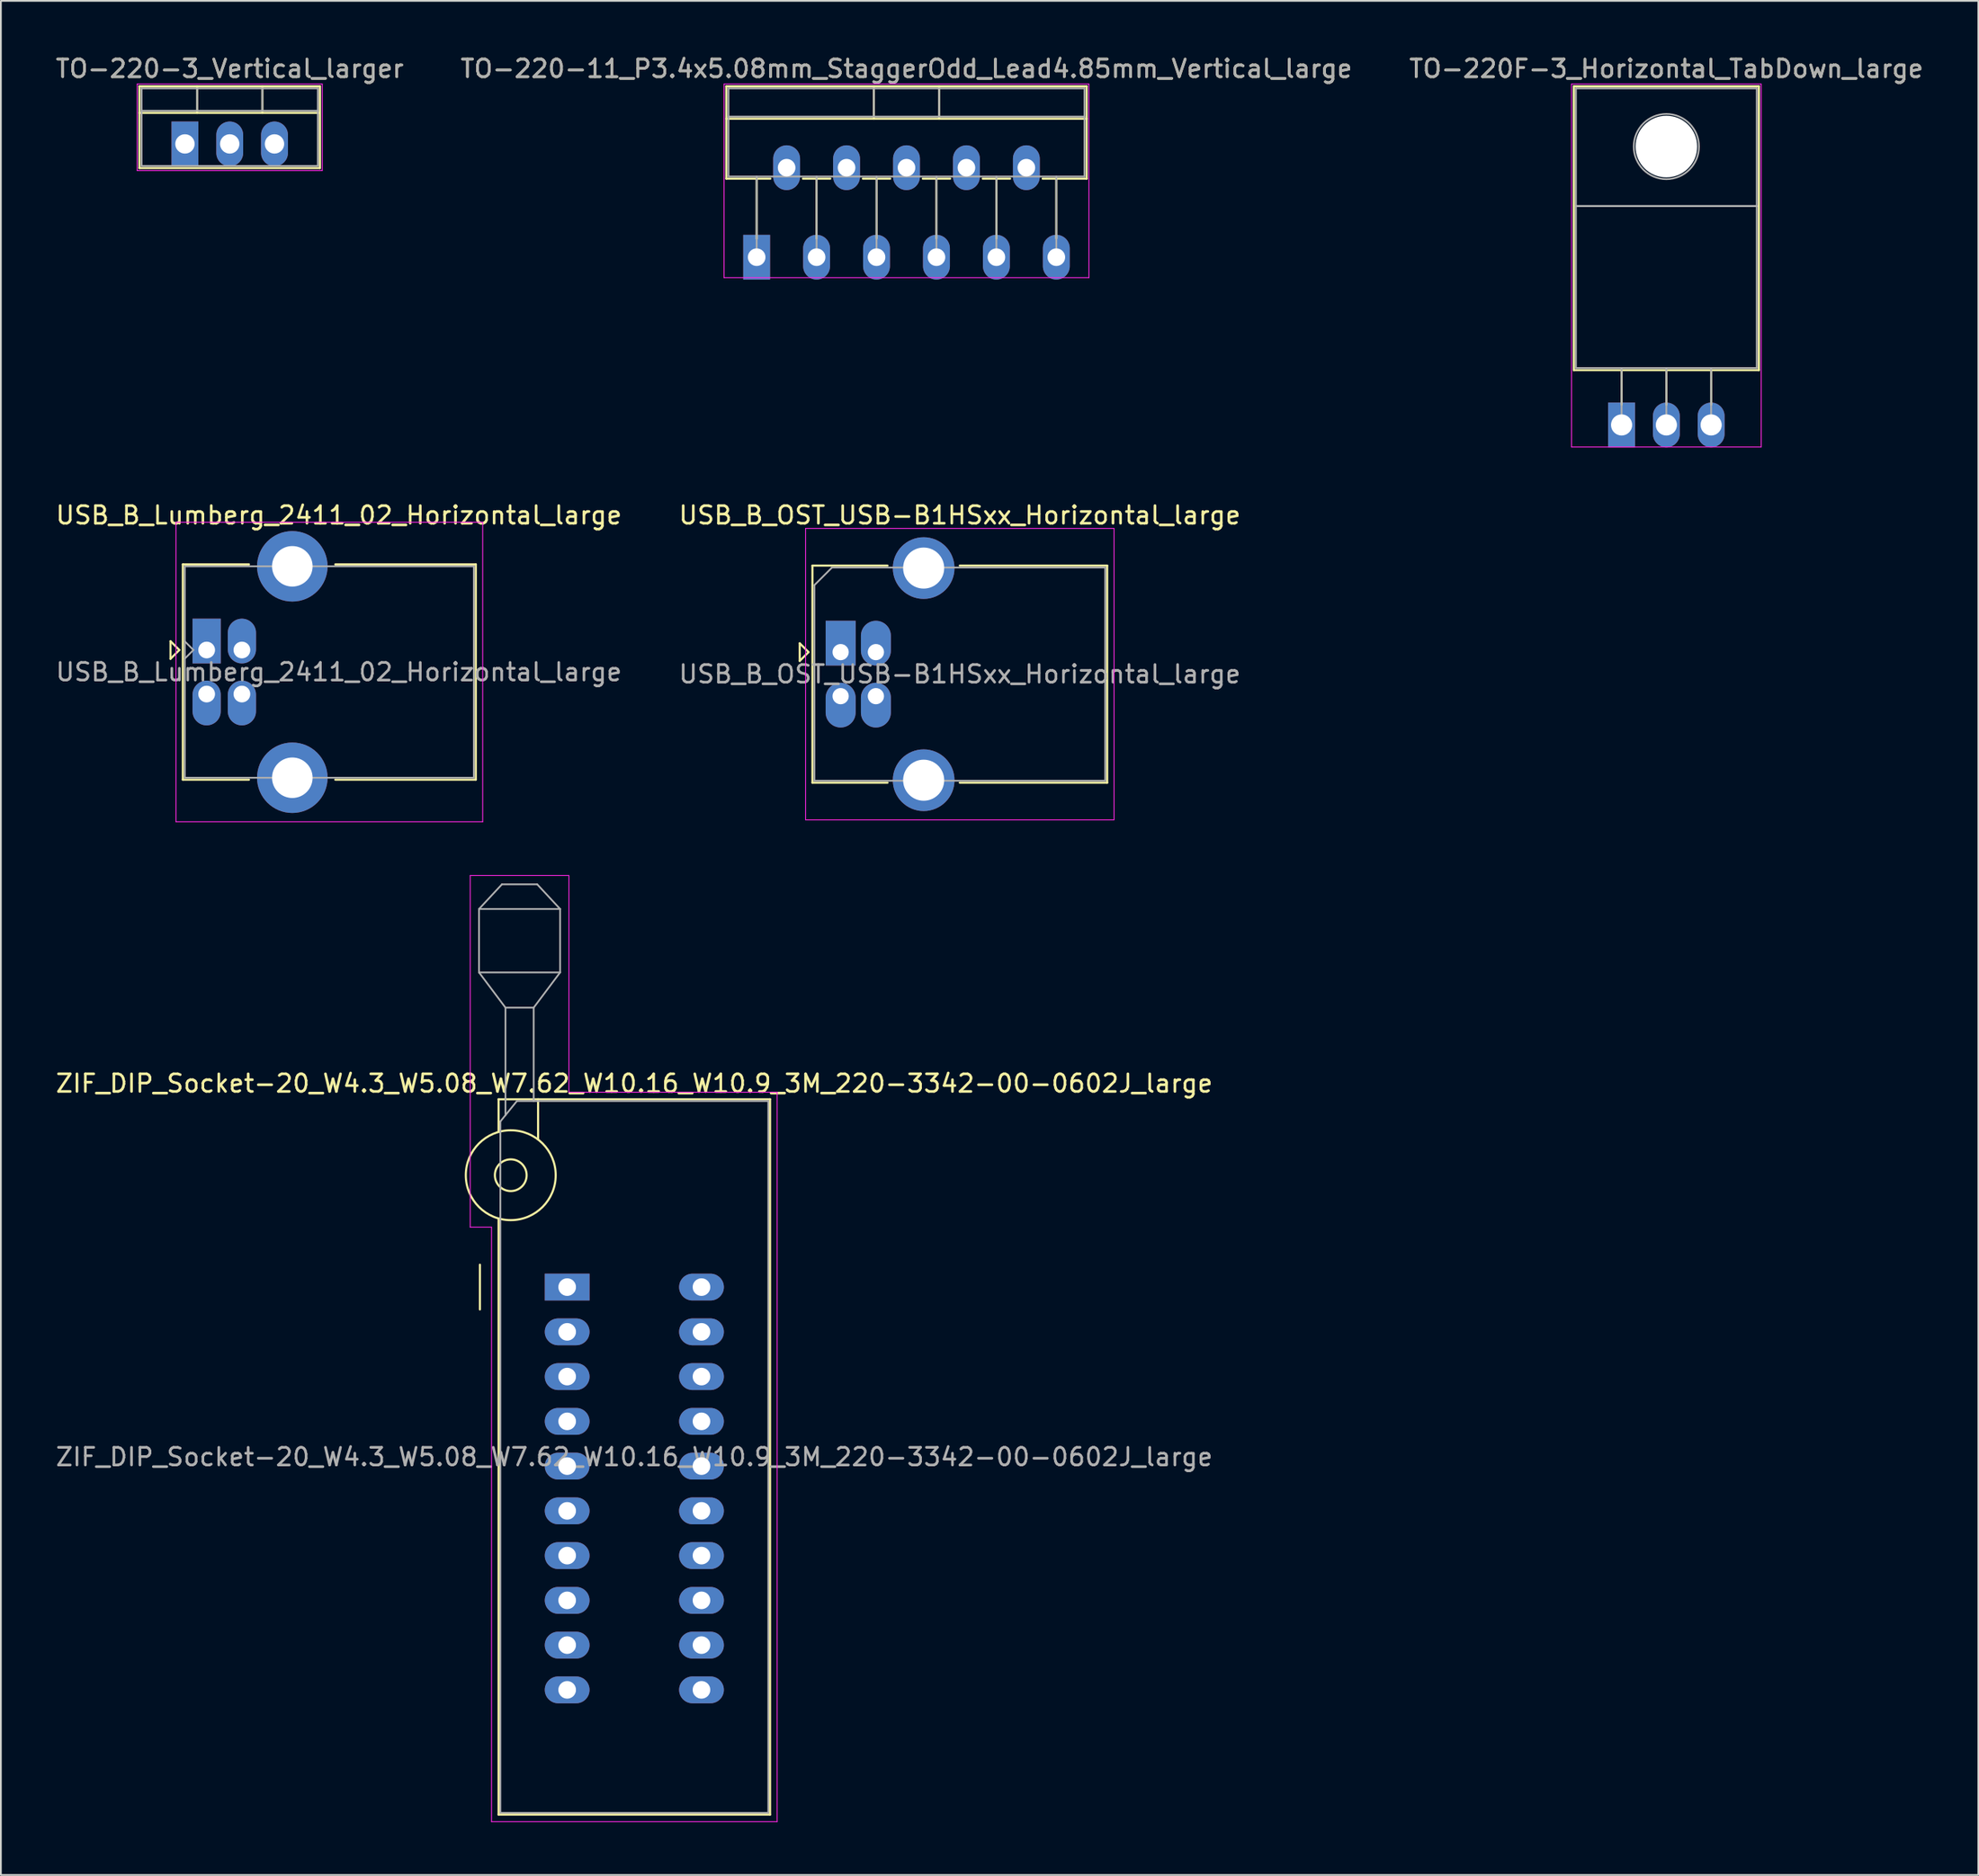
<source format=kicad_pcb>
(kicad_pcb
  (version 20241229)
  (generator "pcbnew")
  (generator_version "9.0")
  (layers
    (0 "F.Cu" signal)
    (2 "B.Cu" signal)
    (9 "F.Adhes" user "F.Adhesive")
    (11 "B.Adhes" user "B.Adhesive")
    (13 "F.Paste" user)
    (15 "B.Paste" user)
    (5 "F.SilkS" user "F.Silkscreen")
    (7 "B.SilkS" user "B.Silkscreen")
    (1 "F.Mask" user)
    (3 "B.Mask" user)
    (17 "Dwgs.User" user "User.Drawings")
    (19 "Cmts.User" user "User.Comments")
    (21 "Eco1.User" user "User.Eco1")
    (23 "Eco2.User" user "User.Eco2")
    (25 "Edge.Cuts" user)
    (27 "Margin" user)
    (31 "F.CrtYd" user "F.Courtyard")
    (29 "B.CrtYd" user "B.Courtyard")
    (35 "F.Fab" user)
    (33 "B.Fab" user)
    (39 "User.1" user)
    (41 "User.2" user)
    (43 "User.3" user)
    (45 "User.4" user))
  (footprint "USB_B_Lumberg_2411_02_Horizontal_large"
    (layer "F.Cu")
    (at 8.673 33.842)
    (property "Reference" "USB_B_Lumberg_2411_02_Horizontal_large" (at 7.5 -7.65 0) (layer "F.SilkS") (effects (font (size 1 1) (thickness 0.15))))
    (attr through_hole)
    (fp_line (start -2.05 -0.5) (end -2.05 0.5) (stroke (width 0.12) (type solid)) (layer "F.SilkS"))
    (fp_line (start -2.05 0.5) (end -1.55 0) (stroke (width 0.12) (type solid)) (layer "F.SilkS"))
    (fp_line (start -1.55 0) (end -2.05 -0.5) (stroke (width 0.12) (type solid)) (layer "F.SilkS"))
    (fp_line (start -1.35 -4.86) (end 2.4 -4.86) (stroke (width 0.12) (type solid)) (layer "F.SilkS"))
    (fp_line (start -1.35 7.36) (end -1.35 -4.86) (stroke (width 0.12) (type solid)) (layer "F.SilkS"))
    (fp_line (start -1.35 7.36) (end 2.4 7.36) (stroke (width 0.12) (type solid)) (layer "F.SilkS"))
    (fp_line (start 15.27 -4.86) (end 7.3 -4.86) (stroke (width 0.12) (type solid)) (layer "F.SilkS"))
    (fp_line (start 15.27 7.36) (end 7.3 7.36) (stroke (width 0.12) (type solid)) (layer "F.SilkS"))
    (fp_line (start 15.27 7.36) (end 15.27 -4.86) (stroke (width 0.12) (type solid)) (layer "F.SilkS"))
    (fp_line (start -1.74 -7.25) (end -1.74 9.75) (stroke (width 0.05) (type solid)) (layer "F.CrtYd"))
    (fp_line (start -1.74 9.75) (end 15.66 9.75) (stroke (width 0.05) (type solid)) (layer "F.CrtYd"))
    (fp_line (start 15.66 -7.25) (end -1.74 -7.25) (stroke (width 0.05) (type solid)) (layer "F.CrtYd"))
    (fp_line (start 15.66 9.75) (end 15.66 -7.25) (stroke (width 0.05) (type solid)) (layer "F.CrtYd"))
    (fp_line (start -1.24 -4.75) (end 15.16 -4.75) (stroke (width 0.1) (type solid)) (layer "F.Fab"))
    (fp_line (start -1.24 0.49) (end -0.75 0) (stroke (width 0.1) (type solid)) (layer "F.Fab"))
    (fp_line (start -1.24 7.25) (end -1.24 -4.75) (stroke (width 0.1) (type solid)) (layer "F.Fab"))
    (fp_line (start -0.75 0) (end -1.24 -0.49) (stroke (width 0.1) (type solid)) (layer "F.Fab"))
    (fp_line (start 15.16 -4.75) (end 15.16 7.25) (stroke (width 0.1) (type solid)) (layer "F.Fab"))
    (fp_line (start 15.16 7.25) (end -1.24 7.25) (stroke (width 0.1) (type solid)) (layer "F.Fab"))
    (fp_text user "${REFERENCE}" (at 7.5 1.25 180) (layer "F.Fab") (effects (font (size 1 1) (thickness 0.15))))
    (pad "1" thru_hole rect (at 0 0 90) (size 2.54 1.6) (drill 0.95 (offset 0.508 0)) (layers "*.Cu" "*.Mask"))
    (pad "2" thru_hole oval (at 0 2.5 90) (size 2.54 1.6) (drill 0.95 (offset -0.508 0)) (layers "*.Cu" "*.Mask"))
    (pad "3" thru_hole oval (at 2 2.5 90) (size 2.54 1.6) (drill 0.95 (offset -0.508 0)) (layers "*.Cu" "*.Mask"))
    (pad "4" thru_hole oval (at 2 0 90) (size 2.54 1.6) (drill 0.95 (offset 0.508 0)) (layers "*.Cu" "*.Mask"))
    (pad "5" thru_hole circle (at 4.86 -4.75 90) (size 4 4) (drill 2.3) (layers "*.Cu" "*.Mask"))
    (pad "5" thru_hole circle (at 4.86 7.25 90) (size 4 4) (drill 2.3) (layers "*.Cu" "*.Mask")))
  (footprint "TO-220-3_Vertical_larger"
    (layer "F.Cu")
    (at 7.442 5.118)
    (property "Reference" "TO-220-3_Vertical_larger" (at 2.54 -4.27 0) (layer "F.SilkS") (effects (font (size 1 1) (thickness 0.15))))
    (attr through_hole)
    (fp_line (start -2.58 -3.27) (end -2.58 1.371) (stroke (width 0.12) (type solid)) (layer "F.SilkS"))
    (fp_line (start -2.58 -3.27) (end 7.66 -3.27) (stroke (width 0.12) (type solid)) (layer "F.SilkS"))
    (fp_line (start -2.58 -1.76) (end 7.66 -1.76) (stroke (width 0.12) (type solid)) (layer "F.SilkS"))
    (fp_line (start -2.58 1.371) (end 7.66 1.371) (stroke (width 0.12) (type solid)) (layer "F.SilkS"))
    (fp_line (start 0.69 -3.27) (end 0.69 -1.76) (stroke (width 0.12) (type solid)) (layer "F.SilkS"))
    (fp_line (start 4.391 -3.27) (end 4.391 -1.76) (stroke (width 0.12) (type solid)) (layer "F.SilkS"))
    (fp_line (start 7.66 -3.27) (end 7.66 1.371) (stroke (width 0.12) (type solid)) (layer "F.SilkS"))
    (fp_line (start -2.71 -3.4) (end -2.71 1.51) (stroke (width 0.05) (type solid)) (layer "F.CrtYd"))
    (fp_line (start -2.71 1.51) (end 7.79 1.51) (stroke (width 0.05) (type solid)) (layer "F.CrtYd"))
    (fp_line (start 7.79 -3.4) (end -2.71 -3.4) (stroke (width 0.05) (type solid)) (layer "F.CrtYd"))
    (fp_line (start 7.79 1.51) (end 7.79 -3.4) (stroke (width 0.05) (type solid)) (layer "F.CrtYd"))
    (fp_line (start -2.46 -3.15) (end -2.46 1.25) (stroke (width 0.1) (type solid)) (layer "F.Fab"))
    (fp_line (start -2.46 -1.88) (end 7.54 -1.88) (stroke (width 0.1) (type solid)) (layer "F.Fab"))
    (fp_line (start -2.46 1.25) (end 7.54 1.25) (stroke (width 0.1) (type solid)) (layer "F.Fab"))
    (fp_line (start 0.69 -3.15) (end 0.69 -1.88) (stroke (width 0.1) (type solid)) (layer "F.Fab"))
    (fp_line (start 4.39 -3.15) (end 4.39 -1.88) (stroke (width 0.1) (type solid)) (layer "F.Fab"))
    (fp_line (start 7.54 -3.15) (end -2.46 -3.15) (stroke (width 0.1) (type solid)) (layer "F.Fab"))
    (fp_line (start 7.54 1.25) (end 7.54 -3.15) (stroke (width 0.1) (type solid)) (layer "F.Fab"))
    (fp_text user "${REFERENCE}" (at 2.54 -4.27 0) (layer "F.Fab") (effects (font (size 1 1) (thickness 0.15))))
    (pad "1" thru_hole rect (at 0 0) (size 1.524 2.54) (drill 1.1) (layers "*.Cu" "*.Mask"))
    (pad "2" thru_hole oval (at 2.54 0) (size 1.524 2.54) (drill 1.1) (layers "*.Cu" "*.Mask"))
    (pad "3" thru_hole oval (at 5.08 0) (size 1.524 2.54) (drill 1.1) (layers "*.Cu" "*.Mask")))
  (footprint "TO-220F-3_Horizontal_TabDown_large"
    (layer "F.Cu")
    (at 88.942 21.068)
    (property "Reference" "TO-220F-3_Horizontal_TabDown_large" (at 2.54 -20.22 0) (layer "F.SilkS") (effects (font (size 1 1) (thickness 0.15))))
    (attr through_hole)
    (fp_line (start -2.71 -19.22) (end -2.71 -3.11) (stroke (width 0.12) (type solid)) (layer "F.SilkS"))
    (fp_line (start -2.71 -19.22) (end 7.79 -19.22) (stroke (width 0.12) (type solid)) (layer "F.SilkS"))
    (fp_line (start -2.71 -3.11) (end 7.79 -3.11) (stroke (width 0.12) (type solid)) (layer "F.SilkS"))
    (fp_line (start 0 -3.11) (end 0 -1.15) (stroke (width 0.12) (type solid)) (layer "F.SilkS"))
    (fp_line (start 2.54 -3.11) (end 2.54 -1.15) (stroke (width 0.12) (type solid)) (layer "F.SilkS"))
    (fp_line (start 5.08 -3.11) (end 5.08 -1.15) (stroke (width 0.12) (type solid)) (layer "F.SilkS"))
    (fp_line (start 7.79 -19.22) (end 7.79 -3.11) (stroke (width 0.12) (type solid)) (layer "F.SilkS"))
    (fp_line (start -2.84 -19.35) (end -2.84 1.25) (stroke (width 0.05) (type solid)) (layer "F.CrtYd"))
    (fp_line (start -2.84 1.25) (end 7.92 1.25) (stroke (width 0.05) (type solid)) (layer "F.CrtYd"))
    (fp_line (start 7.92 -19.35) (end -2.84 -19.35) (stroke (width 0.05) (type solid)) (layer "F.CrtYd"))
    (fp_line (start 7.92 1.25) (end 7.92 -19.35) (stroke (width 0.05) (type solid)) (layer "F.CrtYd"))
    (fp_line (start -2.59 -19.1) (end 7.67 -19.1) (stroke (width 0.1) (type solid)) (layer "F.Fab"))
    (fp_line (start -2.59 -12.42) (end -2.59 -19.1) (stroke (width 0.1) (type solid)) (layer "F.Fab"))
    (fp_line (start -2.59 -12.42) (end 7.67 -12.42) (stroke (width 0.1) (type solid)) (layer "F.Fab"))
    (fp_line (start -2.59 -3.23) (end -2.59 -12.42) (stroke (width 0.1) (type solid)) (layer "F.Fab"))
    (fp_line (start 0 -3.23) (end 0 0) (stroke (width 0.1) (type solid)) (layer "F.Fab"))
    (fp_line (start 2.54 -3.23) (end 2.54 0) (stroke (width 0.1) (type solid)) (layer "F.Fab"))
    (fp_line (start 5.08 -3.23) (end 5.08 0) (stroke (width 0.1) (type solid)) (layer "F.Fab"))
    (fp_line (start 7.67 -19.1) (end 7.67 -12.42) (stroke (width 0.1) (type solid)) (layer "F.Fab"))
    (fp_line (start 7.67 -12.42) (end -2.59 -12.42) (stroke (width 0.1) (type solid)) (layer "F.Fab"))
    (fp_line (start 7.67 -12.42) (end 7.67 -3.23) (stroke (width 0.1) (type solid)) (layer "F.Fab"))
    (fp_line (start 7.67 -3.23) (end -2.59 -3.23) (stroke (width 0.1) (type solid)) (layer "F.Fab"))
    (fp_circle (center 2.54 -15.8) (end 4.39 -15.8) (stroke (width 0.1) (type solid)) (fill no) (layer "F.Fab"))
    (fp_text user "${REFERENCE}" (at 2.54 -20.22 0) (layer "F.Fab") (effects (font (size 1 1) (thickness 0.15))))
    (pad "" np_thru_hole oval (at 2.54 -15.8) (size 3.5 3.5) (drill 3.5) (layers "*.Cu" "*.Mask"))
    (pad "1" thru_hole rect (at 0 0) (size 1.524 2.54) (drill 1.2) (layers "*.Cu" "*.Mask"))
    (pad "2" thru_hole oval (at 2.54 0) (size 1.524 2.54) (drill 1.2) (layers "*.Cu" "*.Mask"))
    (pad "3" thru_hole oval (at 5.08 0) (size 1.524 2.54) (drill 1.2) (layers "*.Cu" "*.Mask")))
  (footprint "ZIF_DIP_Socket-20_W4.3_W5.08_W7.62_W10.16_W10.9_3M_220-3342-00-0602J_large"
    (layer "F.Cu")
    (at 29.125 70.001)
    (property "Reference" "ZIF_DIP_Socket-20_W4.3_W5.08_W7.62_W10.16_W10.9_3M_220-3342-00-0602J_large" (at 3.81 -11.56 0) (layer "F.SilkS") (effects (font (size 1 1) (thickness 0.15))))
    (attr through_hole)
    (fp_line (start -4.95 1.27) (end -4.95 -1.27) (stroke (width 0.12) (type solid)) (layer "F.SilkS"))
    (fp_line (start -3.89 -10.66) (end -3.89 -8.8) (stroke (width 0.12) (type solid)) (layer "F.SilkS"))
    (fp_line (start -3.89 -3.9) (end -3.89 29.94) (stroke (width 0.12) (type solid)) (layer "F.SilkS"))
    (fp_line (start -3.89 29.94) (end 11.51 29.94) (stroke (width 0.12) (type solid)) (layer "F.SilkS"))
    (fp_line (start -1.65 -10.66) (end -1.65 -8.4) (stroke (width 0.12) (type solid)) (layer "F.SilkS"))
    (fp_line (start 11.51 -10.66) (end -3.89 -10.66) (stroke (width 0.12) (type solid)) (layer "F.SilkS"))
    (fp_line (start 11.51 29.94) (end 11.51 -10.66) (stroke (width 0.12) (type solid)) (layer "F.SilkS"))
    (fp_circle (center -3.2 -6.35) (end -2.3 -6.35) (stroke (width 0.12) (type solid)) (fill no) (layer "F.SilkS"))
    (fp_circle (center -3.2 -6.35) (end -0.65 -6.35) (stroke (width 0.12) (type solid)) (fill no) (layer "F.SilkS"))
    (fp_line (start -5.5 -23.36) (end 0.1 -23.36) (stroke (width 0.05) (type solid)) (layer "F.CrtYd"))
    (fp_line (start -5.5 -3.4) (end -5.5 -23.36) (stroke (width 0.05) (type solid)) (layer "F.CrtYd"))
    (fp_line (start -4.29 -3.4) (end -5.5 -3.4) (stroke (width 0.05) (type solid)) (layer "F.CrtYd"))
    (fp_line (start -4.29 30.34) (end -4.29 -3.4) (stroke (width 0.05) (type solid)) (layer "F.CrtYd"))
    (fp_line (start 0.1 -23.36) (end 0.1 -11.06) (stroke (width 0.05) (type solid)) (layer "F.CrtYd"))
    (fp_line (start 0.1 -11.06) (end 11.91 -11.06) (stroke (width 0.05) (type solid)) (layer "F.CrtYd"))
    (fp_line (start 11.91 -11.06) (end 11.91 30.34) (stroke (width 0.05) (type solid)) (layer "F.CrtYd"))
    (fp_line (start 11.91 30.34) (end -4.29 30.34) (stroke (width 0.05) (type solid)) (layer "F.CrtYd"))
    (fp_line (start -5 -21.46) (end -5 -17.86) (stroke (width 0.1) (type solid)) (layer "F.Fab"))
    (fp_line (start -5 -21.46) (end -3.7 -22.86) (stroke (width 0.1) (type solid)) (layer "F.Fab"))
    (fp_line (start -5 -17.86) (end -3.5 -15.86) (stroke (width 0.1) (type solid)) (layer "F.Fab"))
    (fp_line (start -5 -17.86) (end -0.4 -17.86) (stroke (width 0.1) (type solid)) (layer "F.Fab"))
    (fp_line (start -3.79 -9.4) (end -2.85 -10.56) (stroke (width 0.1) (type solid)) (layer "F.Fab"))
    (fp_line (start -3.79 29.84) (end -3.79 -9.4) (stroke (width 0.1) (type solid)) (layer "F.Fab"))
    (fp_line (start -3.7 -22.86) (end -1.7 -22.86) (stroke (width 0.1) (type solid)) (layer "F.Fab"))
    (fp_line (start -3.5 -15.86) (end -1.9 -15.86) (stroke (width 0.1) (type solid)) (layer "F.Fab"))
    (fp_line (start -3.5 -9.75) (end -3.5 -15.86) (stroke (width 0.1) (type solid)) (layer "F.Fab"))
    (fp_line (start -2.85 -10.56) (end 11.41 -10.56) (stroke (width 0.1) (type solid)) (layer "F.Fab"))
    (fp_line (start -1.9 -15.86) (end -1.9 -10.56) (stroke (width 0.1) (type solid)) (layer "F.Fab"))
    (fp_line (start -1.7 -22.86) (end -0.4 -21.46) (stroke (width 0.1) (type solid)) (layer "F.Fab"))
    (fp_line (start -0.4 -21.46) (end -5 -21.46) (stroke (width 0.1) (type solid)) (layer "F.Fab"))
    (fp_line (start -0.4 -17.86) (end -1.9 -15.86) (stroke (width 0.1) (type solid)) (layer "F.Fab"))
    (fp_line (start -0.4 -17.86) (end -0.4 -21.46) (stroke (width 0.1) (type solid)) (layer "F.Fab"))
    (fp_line (start 11.41 -10.56) (end 11.41 29.84) (stroke (width 0.1) (type solid)) (layer "F.Fab"))
    (fp_line (start 11.41 29.84) (end -3.79 29.84) (stroke (width 0.1) (type solid)) (layer "F.Fab"))
    (fp_text user "${REFERENCE}" (at 3.81 9.64 0) (layer "F.Fab") (effects (font (size 1 1) (thickness 0.15))))
    (pad "1" thru_hole rect (at 0 0) (size 2.54 1.524) (drill 1) (layers "*.Cu" "*.Mask"))
    (pad "2" thru_hole oval (at 0 2.54) (size 2.54 1.524) (drill 1) (layers "*.Cu" "*.Mask"))
    (pad "3" thru_hole oval (at 0 5.08) (size 2.54 1.524) (drill 1) (layers "*.Cu" "*.Mask"))
    (pad "4" thru_hole oval (at 0 7.62) (size 2.54 1.524) (drill 1) (layers "*.Cu" "*.Mask"))
    (pad "5" thru_hole oval (at 0 10.16) (size 2.54 1.524) (drill 1) (layers "*.Cu" "*.Mask"))
    (pad "6" thru_hole oval (at 0 12.7) (size 2.54 1.524) (drill 1) (layers "*.Cu" "*.Mask"))
    (pad "7" thru_hole oval (at 0 15.24) (size 2.54 1.524) (drill 1) (layers "*.Cu" "*.Mask"))
    (pad "8" thru_hole oval (at 0 17.78) (size 2.54 1.524) (drill 1) (layers "*.Cu" "*.Mask"))
    (pad "9" thru_hole oval (at 0 20.32) (size 2.54 1.524) (drill 1) (layers "*.Cu" "*.Mask"))
    (pad "10" thru_hole oval (at 0 22.86) (size 2.54 1.524) (drill 1) (layers "*.Cu" "*.Mask"))
    (pad "11" thru_hole oval (at 7.62 22.86) (size 2.54 1.524) (drill 1) (layers "*.Cu" "*.Mask"))
    (pad "12" thru_hole oval (at 7.62 20.32) (size 2.54 1.524) (drill 1) (layers "*.Cu" "*.Mask"))
    (pad "13" thru_hole oval (at 7.62 17.78) (size 2.54 1.524) (drill 1) (layers "*.Cu" "*.Mask"))
    (pad "14" thru_hole oval (at 7.62 15.24) (size 2.54 1.524) (drill 1) (layers "*.Cu" "*.Mask"))
    (pad "15" thru_hole oval (at 7.62 12.7) (size 2.54 1.524) (drill 1) (layers "*.Cu" "*.Mask"))
    (pad "16" thru_hole oval (at 7.62 10.16) (size 2.54 1.524) (drill 1) (layers "*.Cu" "*.Mask"))
    (pad "17" thru_hole oval (at 7.62 7.62) (size 2.54 1.524) (drill 1) (layers "*.Cu" "*.Mask"))
    (pad "18" thru_hole oval (at 7.62 5.08) (size 2.54 1.524) (drill 1) (layers "*.Cu" "*.Mask"))
    (pad "19" thru_hole oval (at 7.62 2.54) (size 2.54 1.524) (drill 1) (layers "*.Cu" "*.Mask"))
    (pad "20" thru_hole oval (at 7.62 0) (size 2.54 1.524) (drill 1) (layers "*.Cu" "*.Mask")))
  (footprint "TO-220-11_P3.4x5.08mm_StaggerOdd_Lead4.85mm_Vertical_large"
    (layer "F.Cu")
    (at 39.875 11.548)
    (property "Reference" "TO-220-11_P3.4x5.08mm_StaggerOdd_Lead4.85mm_Vertical_large" (at 8.5 -10.7 0) (layer "F.SilkS") (effects (font (size 1 1) (thickness 0.15))))
    (attr through_hole)
    (fp_line (start -1.72 -9.7) (end -1.72 -4.459) (stroke (width 0.12) (type solid)) (layer "F.SilkS"))
    (fp_line (start -1.72 -9.7) (end 18.72 -9.7) (stroke (width 0.12) (type solid)) (layer "F.SilkS"))
    (fp_line (start -1.72 -7.86) (end 18.72 -7.86) (stroke (width 0.12) (type solid)) (layer "F.SilkS"))
    (fp_line (start -1.72 -4.459) (end 0.776 -4.459) (stroke (width 0.12) (type solid)) (layer "F.SilkS"))
    (fp_line (start 0 -4.459) (end 0 -1.05) (stroke (width 0.12) (type solid)) (layer "F.SilkS"))
    (fp_line (start 2.625 -4.459) (end 4.176 -4.459) (stroke (width 0.12) (type solid)) (layer "F.SilkS"))
    (fp_line (start 3.4 -4.459) (end 3.4 -1.065) (stroke (width 0.12) (type solid)) (layer "F.SilkS"))
    (fp_line (start 6.025 -4.459) (end 7.576 -4.459) (stroke (width 0.12) (type solid)) (layer "F.SilkS"))
    (fp_line (start 6.65 -9.7) (end 6.65 -7.86) (stroke (width 0.12) (type solid)) (layer "F.SilkS"))
    (fp_line (start 6.8 -4.459) (end 6.8 -1.065) (stroke (width 0.12) (type solid)) (layer "F.SilkS"))
    (fp_line (start 9.425 -4.459) (end 10.976 -4.459) (stroke (width 0.12) (type solid)) (layer "F.SilkS"))
    (fp_line (start 10.2 -4.459) (end 10.2 -1.065) (stroke (width 0.12) (type solid)) (layer "F.SilkS"))
    (fp_line (start 10.35 -9.7) (end 10.35 -7.86) (stroke (width 0.12) (type solid)) (layer "F.SilkS"))
    (fp_line (start 12.825 -4.459) (end 14.376 -4.459) (stroke (width 0.12) (type solid)) (layer "F.SilkS"))
    (fp_line (start 13.6 -4.459) (end 13.6 -1.065) (stroke (width 0.12) (type solid)) (layer "F.SilkS"))
    (fp_line (start 16.225 -4.459) (end 18.72 -4.459) (stroke (width 0.12) (type solid)) (layer "F.SilkS"))
    (fp_line (start 17 -4.459) (end 17 -1.065) (stroke (width 0.12) (type solid)) (layer "F.SilkS"))
    (fp_line (start 18.72 -9.7) (end 18.72 -4.459) (stroke (width 0.12) (type solid)) (layer "F.SilkS"))
    (fp_line (start -1.85 -9.83) (end -1.85 1.16) (stroke (width 0.05) (type solid)) (layer "F.CrtYd"))
    (fp_line (start -1.85 1.16) (end 18.85 1.16) (stroke (width 0.05) (type solid)) (layer "F.CrtYd"))
    (fp_line (start 18.85 -9.83) (end -1.85 -9.83) (stroke (width 0.05) (type solid)) (layer "F.CrtYd"))
    (fp_line (start 18.85 1.16) (end 18.85 -9.83) (stroke (width 0.05) (type solid)) (layer "F.CrtYd"))
    (fp_line (start -1.6 -9.58) (end -1.6 -4.58) (stroke (width 0.1) (type solid)) (layer "F.Fab"))
    (fp_line (start -1.6 -7.98) (end 18.6 -7.98) (stroke (width 0.1) (type solid)) (layer "F.Fab"))
    (fp_line (start -1.6 -4.58) (end 18.6 -4.58) (stroke (width 0.1) (type solid)) (layer "F.Fab"))
    (fp_line (start 0 -4.58) (end 0 0) (stroke (width 0.1) (type solid)) (layer "F.Fab"))
    (fp_line (start 3.4 -4.58) (end 3.4 0) (stroke (width 0.1) (type solid)) (layer "F.Fab"))
    (fp_line (start 6.65 -9.58) (end 6.65 -7.98) (stroke (width 0.1) (type solid)) (layer "F.Fab"))
    (fp_line (start 6.8 -4.58) (end 6.8 0) (stroke (width 0.1) (type solid)) (layer "F.Fab"))
    (fp_line (start 10.2 -4.58) (end 10.2 0) (stroke (width 0.1) (type solid)) (layer "F.Fab"))
    (fp_line (start 10.35 -9.58) (end 10.35 -7.98) (stroke (width 0.1) (type solid)) (layer "F.Fab"))
    (fp_line (start 13.6 -4.58) (end 13.6 0) (stroke (width 0.1) (type solid)) (layer "F.Fab"))
    (fp_line (start 17 -4.58) (end 17 0) (stroke (width 0.1) (type solid)) (layer "F.Fab"))
    (fp_line (start 18.6 -9.58) (end -1.6 -9.58) (stroke (width 0.1) (type solid)) (layer "F.Fab"))
    (fp_line (start 18.6 -4.58) (end 18.6 -9.58) (stroke (width 0.1) (type solid)) (layer "F.Fab"))
    (fp_text user "${REFERENCE}" (at 8.5 -10.7 0) (layer "F.Fab") (effects (font (size 1 1) (thickness 0.15))))
    (pad "1" thru_hole rect (at 0 0) (size 1.524 2.54) (drill 1) (layers "*.Cu" "*.Mask"))
    (pad "2" thru_hole oval (at 1.7 -5.08) (size 1.524 2.54) (drill 1) (layers "*.Cu" "*.Mask"))
    (pad "3" thru_hole oval (at 3.4 0) (size 1.524 2.54) (drill 1) (layers "*.Cu" "*.Mask"))
    (pad "4" thru_hole oval (at 5.1 -5.08) (size 1.524 2.54) (drill 1) (layers "*.Cu" "*.Mask"))
    (pad "5" thru_hole oval (at 6.8 0) (size 1.524 2.54) (drill 1) (layers "*.Cu" "*.Mask"))
    (pad "6" thru_hole oval (at 8.5 -5.08) (size 1.524 2.54) (drill 1) (layers "*.Cu" "*.Mask"))
    (pad "7" thru_hole oval (at 10.2 0) (size 1.524 2.54) (drill 1) (layers "*.Cu" "*.Mask"))
    (pad "8" thru_hole oval (at 11.9 -5.08) (size 1.524 2.54) (drill 1) (layers "*.Cu" "*.Mask"))
    (pad "9" thru_hole oval (at 13.6 0) (size 1.524 2.54) (drill 1) (layers "*.Cu" "*.Mask"))
    (pad "10" thru_hole oval (at 15.3 -5.08) (size 1.524 2.54) (drill 1) (layers "*.Cu" "*.Mask"))
    (pad "11" thru_hole oval (at 17 0) (size 1.524 2.54) (drill 1) (layers "*.Cu" "*.Mask")))
  (footprint "USB_B_OST_USB-B1HSxx_Horizontal_large"
    (layer "F.Cu")
    (at 44.639 33.962)
    (property "Reference" "USB_B_OST_USB-B1HSxx_Horizontal_large" (at 6.76 -7.77 0) (layer "F.SilkS") (effects (font (size 1 1) (thickness 0.15))))
    (attr through_hole)
    (fp_line (start -2.32 -0.5) (end -2.32 0.5) (stroke (width 0.12) (type solid)) (layer "F.SilkS"))
    (fp_line (start -2.32 0.5) (end -1.82 0) (stroke (width 0.12) (type solid)) (layer "F.SilkS"))
    (fp_line (start -1.82 0) (end -2.32 -0.5) (stroke (width 0.12) (type solid)) (layer "F.SilkS"))
    (fp_line (start -1.6 -4.91) (end -1.6 7.41) (stroke (width 0.12) (type solid)) (layer "F.SilkS"))
    (fp_line (start -1.6 7.41) (end 2.66 7.41) (stroke (width 0.12) (type solid)) (layer "F.SilkS"))
    (fp_line (start 2.66 -4.91) (end -1.6 -4.91) (stroke (width 0.12) (type solid)) (layer "F.SilkS"))
    (fp_line (start 6.76 -4.91) (end 15.12 -4.91) (stroke (width 0.12) (type solid)) (layer "F.SilkS"))
    (fp_line (start 15.12 -4.91) (end 15.12 7.41) (stroke (width 0.12) (type solid)) (layer "F.SilkS"))
    (fp_line (start 15.12 7.41) (end 6.76 7.41) (stroke (width 0.12) (type solid)) (layer "F.SilkS"))
    (fp_line (start -1.99 -7.02) (end -1.99 9.52) (stroke (width 0.05) (type solid)) (layer "F.CrtYd"))
    (fp_line (start -1.99 9.52) (end 15.51 9.52) (stroke (width 0.05) (type solid)) (layer "F.CrtYd"))
    (fp_line (start 15.51 -7.02) (end -1.99 -7.02) (stroke (width 0.05) (type solid)) (layer "F.CrtYd"))
    (fp_line (start 15.51 9.52) (end 15.51 -7.02) (stroke (width 0.05) (type solid)) (layer "F.CrtYd"))
    (fp_line (start -1.49 -3.8) (end -0.49 -4.8) (stroke (width 0.1) (type solid)) (layer "F.Fab"))
    (fp_line (start -1.49 7.3) (end -1.49 -3.8) (stroke (width 0.1) (type solid)) (layer "F.Fab"))
    (fp_line (start -0.49 -4.8) (end 15.01 -4.8) (stroke (width 0.1) (type solid)) (layer "F.Fab"))
    (fp_line (start 15.01 -4.8) (end 15.01 7.3) (stroke (width 0.1) (type solid)) (layer "F.Fab"))
    (fp_line (start 15.01 7.3) (end -1.49 7.3) (stroke (width 0.1) (type solid)) (layer "F.Fab"))
    (fp_text user "${REFERENCE}" (at 6.76 1.25 0) (layer "F.Fab") (effects (font (size 1 1) (thickness 0.15))))
    (pad "1" thru_hole rect (at 0 0) (size 1.7 2.54) (drill 0.92 (offset 0 -0.508)) (layers "*.Cu" "*.Mask"))
    (pad "2" thru_hole oval (at 0 2.5) (size 1.7 2.54) (drill 0.92 (offset 0 0.508)) (layers "*.Cu" "*.Mask"))
    (pad "3" thru_hole oval (at 2 2.5) (size 1.7 2.54) (drill 0.92 (offset 0 0.508)) (layers "*.Cu" "*.Mask"))
    (pad "4" thru_hole oval (at 2 0) (size 1.7 2.54) (drill 0.92 (offset 0 -0.508)) (layers "*.Cu" "*.Mask"))
    (pad "5" thru_hole circle (at 4.71 -4.77) (size 3.5 3.5) (drill 2.33) (layers "*.Cu" "*.Mask"))
    (pad "5" thru_hole circle (at 4.71 7.27) (size 3.5 3.5) (drill 2.33) (layers "*.Cu" "*.Mask")))
  (gr_rect
    (start -3 -3)
    (end 109.179 103.367)
    (stroke (width 0.1) (type default))
    (fill no)
    (layer "Edge.Cuts")))
</source>
